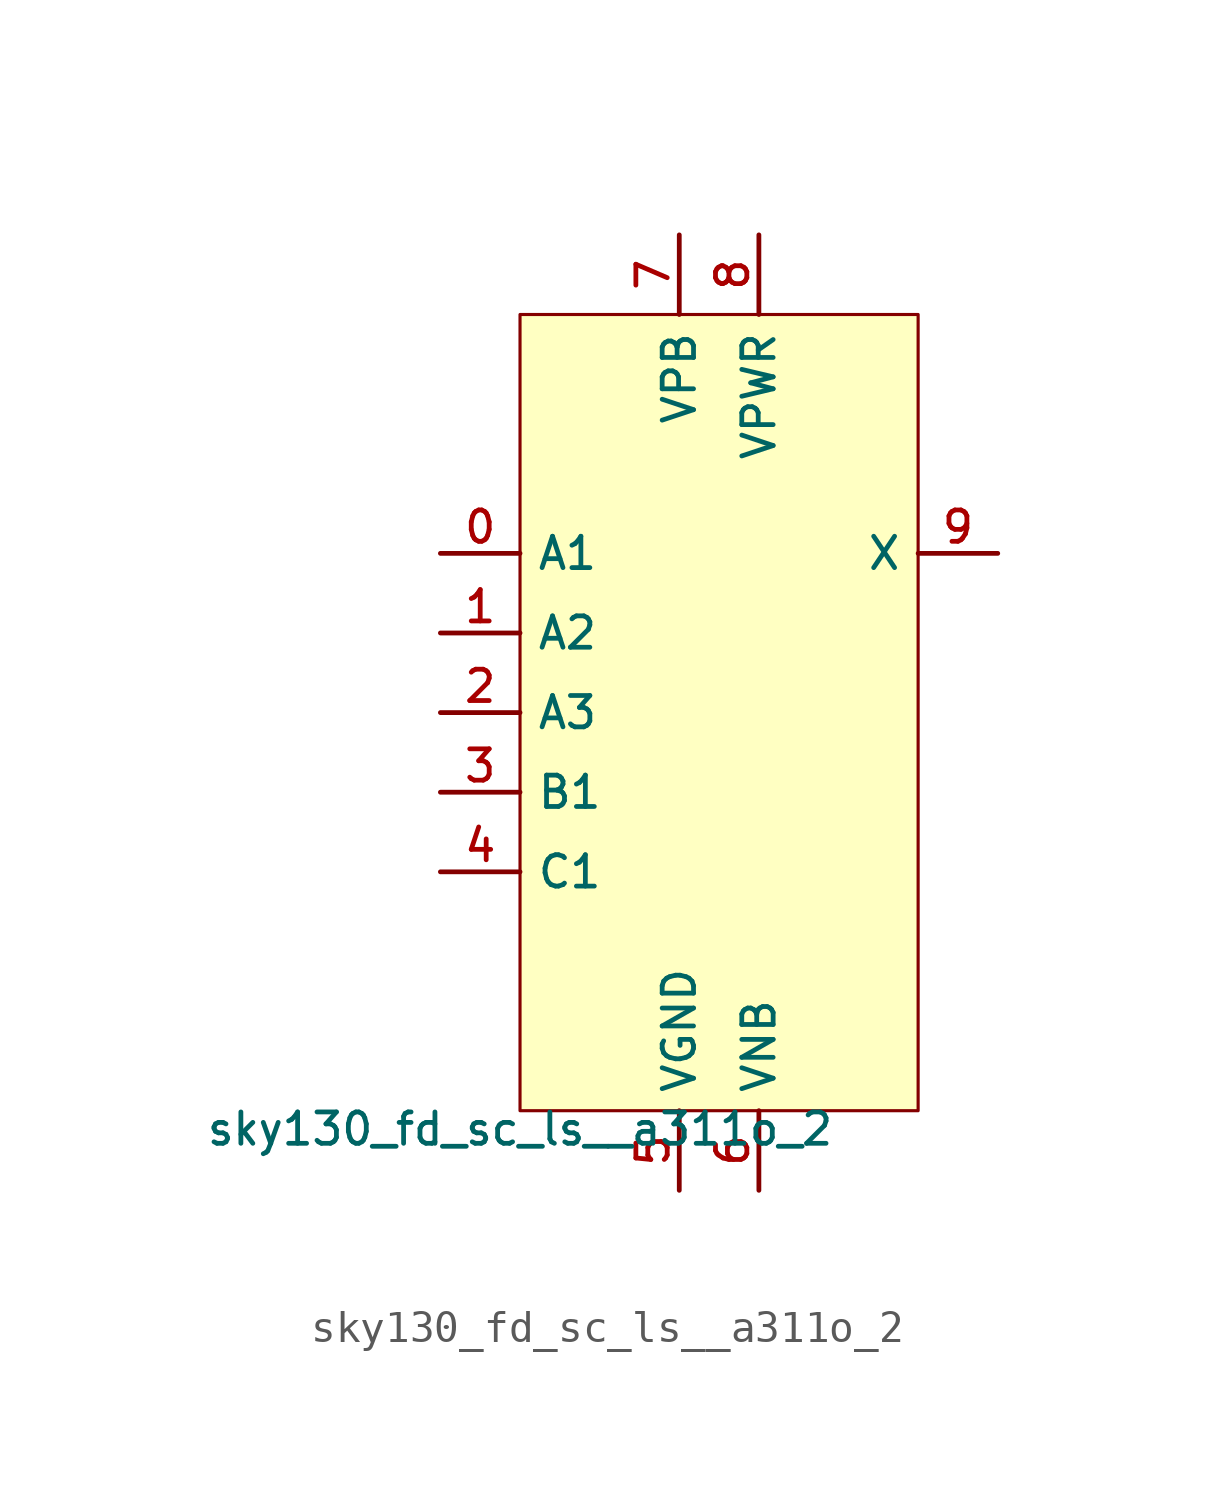
<source format=kicad_sym>
(kicad_symbol_lib
  (version 20211014)
  (generator lef2kicad_sym)
  (symbol "sky130_fd_sc_ls__a311o_2"
    (property "Reference" "X"
      (at 0 0 0)
      (effects (font (size 1 1)) hide))
    (property "Value" "sky130_fd_sc_ls__a311o_2"
      (at -6.35 -12.7 0)
      (effects (font (size 1 1)) (justify top)))
    (rectangle
      (start -6.35 -12.7)
      (end 6.35 12.7)
      (stroke (width 0.1) (type solid) (color 0 0 0 0))
      (fill (type background)))
    (pin input line
      (at -8.89 5.08 0)
      (length 2.54)
      (name "A1" (effects (font (size 1 1)) hide))
      (number "0" (effects (font (size 1 1)) hide)))
    (pin input line
      (at -8.89 2.54 0)
      (length 2.54)
      (name "A2" (effects (font (size 1 1)) hide))
      (number "1" (effects (font (size 1 1)) hide)))
    (pin input line
      (at -8.89 -8.881784197001252e-16 0)
      (length 2.54)
      (name "A3" (effects (font (size 1 1)) hide))
      (number "2" (effects (font (size 1 1)) hide)))
    (pin input line
      (at -8.89 -2.54 0)
      (length 2.54)
      (name "B1" (effects (font (size 1 1)) hide))
      (number "3" (effects (font (size 1 1)) hide)))
    (pin input line
      (at -8.89 -5.08 0)
      (length 2.54)
      (name "C1" (effects (font (size 1 1)) hide))
      (number "4" (effects (font (size 1 1)) hide)))
    (pin power_in line
      (at -1.27 -15.24 90)
      (length 2.54)
      (name "VGND" (effects (font (size 1 1)) hide))
      (number "5" (effects (font (size 1 1)) hide)))
    (pin power_in line
      (at 1.27 -15.24 90)
      (length 2.54)
      (name "VNB" (effects (font (size 1 1)) hide))
      (number "6" (effects (font (size 1 1)) hide)))
    (pin power_in line
      (at -1.27 15.24 270)
      (length 2.54)
      (name "VPB" (effects (font (size 1 1)) hide))
      (number "7" (effects (font (size 1 1)) hide)))
    (pin power_in line
      (at 1.27 15.24 270)
      (length 2.54)
      (name "VPWR" (effects (font (size 1 1)) hide))
      (number "8" (effects (font (size 1 1)) hide)))
    (pin output line
      (at 8.89 5.08 180)
      (length 2.54)
      (name "X" (effects (font (size 1 1)) hide))
      (number "9" (effects (font (size 1 1)) hide)))))
</source>
